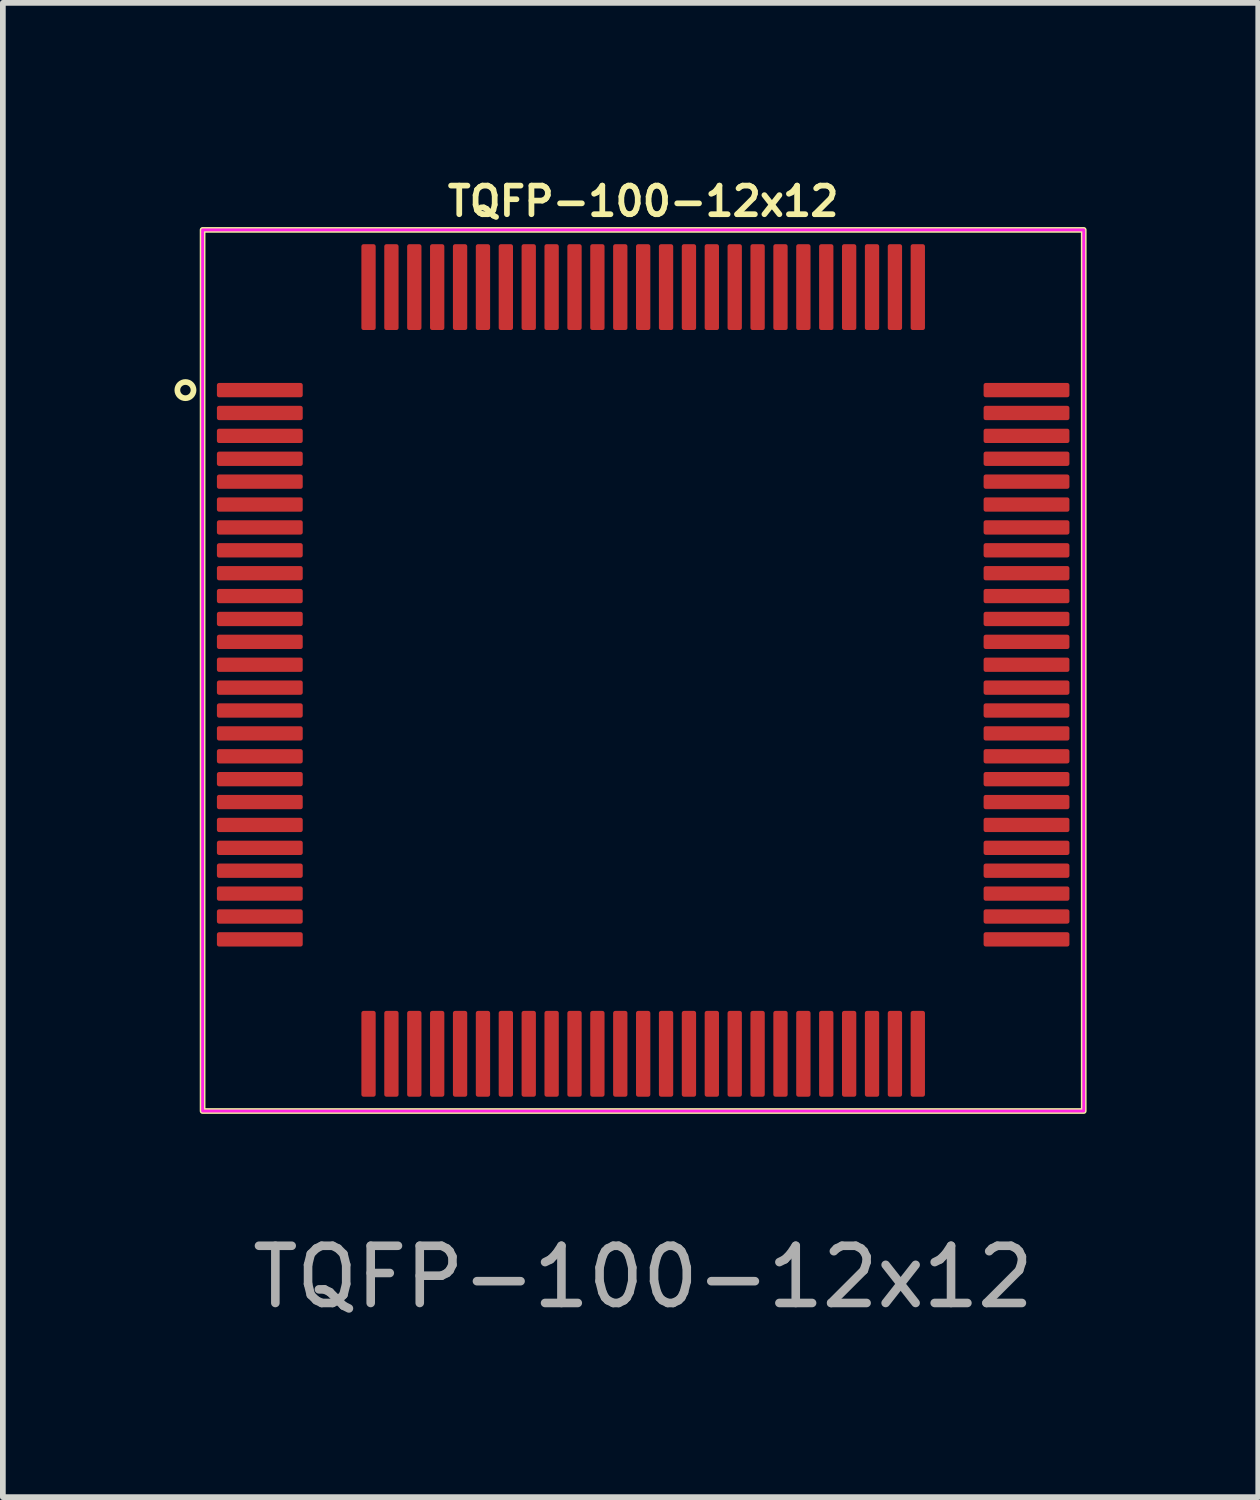
<source format=kicad_pcb>
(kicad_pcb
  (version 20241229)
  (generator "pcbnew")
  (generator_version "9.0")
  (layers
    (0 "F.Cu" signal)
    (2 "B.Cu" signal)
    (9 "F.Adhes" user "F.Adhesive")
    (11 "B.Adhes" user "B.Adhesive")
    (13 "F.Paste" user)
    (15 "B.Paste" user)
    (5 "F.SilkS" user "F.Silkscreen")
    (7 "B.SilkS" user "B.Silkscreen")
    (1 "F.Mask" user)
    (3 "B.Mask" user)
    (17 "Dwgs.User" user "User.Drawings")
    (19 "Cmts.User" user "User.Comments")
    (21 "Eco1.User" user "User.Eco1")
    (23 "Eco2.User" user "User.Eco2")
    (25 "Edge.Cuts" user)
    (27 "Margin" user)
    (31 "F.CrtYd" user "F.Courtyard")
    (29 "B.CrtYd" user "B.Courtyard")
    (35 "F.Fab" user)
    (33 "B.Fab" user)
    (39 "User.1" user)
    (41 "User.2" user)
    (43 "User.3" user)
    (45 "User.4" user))
  (footprint "TQFP-100-12x12"
    (layer "F.Cu")
    (at 8.191 8.568)
    (property "Reference" "TQFP-100-12x12" (at 0 -8.1 0) (unlocked yes) (layer "F.SilkS") (effects (font (size 0.5 0.5) (thickness 0.1))))
    (attr smd)
    (fp_rect (start -7.7 -7.6) (end 7.7 7.8) (stroke (width 0.1) (type default)) (fill no) (layer "F.SilkS"))
    (fp_circle (center -8 -4.8) (end -7.9 -4.7) (stroke (width 0.1) (type default)) (fill no) (layer "F.SilkS"))
    (fp_rect (start -7.7 -7.6) (end 7.7 7.8) (stroke (width 0.05) (type default)) (fill no) (layer "F.CrtYd"))
    (fp_text user "${REFERENCE}" (at 0 10.7 0) (unlocked yes) (layer "F.Fab") (effects (font (size 1 1) (thickness 0.15))))
    (pad "1" smd roundrect (at -6.7 -4.8 90) (size 0.25 1.5) (layers "F.Cu" "F.Mask" "F.Paste") (roundrect_rratio 0.15))
    (pad "2" smd roundrect (at -6.7 -4.4 90) (size 0.25 1.5) (layers "F.Cu" "F.Mask" "F.Paste") (roundrect_rratio 0.15))
    (pad "3" smd roundrect (at -6.7 -4 90) (size 0.25 1.5) (layers "F.Cu" "F.Mask" "F.Paste") (roundrect_rratio 0.15))
    (pad "4" smd roundrect (at -6.7 -3.6 90) (size 0.25 1.5) (layers "F.Cu" "F.Mask" "F.Paste") (roundrect_rratio 0.15))
    (pad "5" smd roundrect (at -6.7 -3.2 90) (size 0.25 1.5) (layers "F.Cu" "F.Mask" "F.Paste") (roundrect_rratio 0.15))
    (pad "6" smd roundrect (at -6.7 -2.8 90) (size 0.25 1.5) (layers "F.Cu" "F.Mask" "F.Paste") (roundrect_rratio 0.15))
    (pad "7" smd roundrect (at -6.7 -2.4 90) (size 0.25 1.5) (layers "F.Cu" "F.Mask" "F.Paste") (roundrect_rratio 0.15))
    (pad "8" smd roundrect (at -6.7 -2 90) (size 0.25 1.5) (layers "F.Cu" "F.Mask" "F.Paste") (roundrect_rratio 0.15))
    (pad "9" smd roundrect (at -6.7 -1.6 90) (size 0.25 1.5) (layers "F.Cu" "F.Mask" "F.Paste") (roundrect_rratio 0.15))
    (pad "10" smd roundrect (at -6.7 -1.2 90) (size 0.25 1.5) (layers "F.Cu" "F.Mask" "F.Paste") (roundrect_rratio 0.15))
    (pad "11" smd roundrect (at -6.7 -0.8 90) (size 0.25 1.5) (layers "F.Cu" "F.Mask" "F.Paste") (roundrect_rratio 0.15))
    (pad "12" smd roundrect (at -6.7 -0.4 90) (size 0.25 1.5) (layers "F.Cu" "F.Mask" "F.Paste") (roundrect_rratio 0.15))
    (pad "13" smd roundrect (at -6.7 0 90) (size 0.25 1.5) (layers "F.Cu" "F.Mask" "F.Paste") (roundrect_rratio 0.15))
    (pad "14" smd roundrect (at -6.7 0.4 90) (size 0.25 1.5) (layers "F.Cu" "F.Mask" "F.Paste") (roundrect_rratio 0.15))
    (pad "15" smd roundrect (at -6.7 0.8 90) (size 0.25 1.5) (layers "F.Cu" "F.Mask" "F.Paste") (roundrect_rratio 0.15))
    (pad "16" smd roundrect (at -6.7 1.2 90) (size 0.25 1.5) (layers "F.Cu" "F.Mask" "F.Paste") (roundrect_rratio 0.15))
    (pad "17" smd roundrect (at -6.7 1.6 90) (size 0.25 1.5) (layers "F.Cu" "F.Mask" "F.Paste") (roundrect_rratio 0.15))
    (pad "18" smd roundrect (at -6.7 2 90) (size 0.25 1.5) (layers "F.Cu" "F.Mask" "F.Paste") (roundrect_rratio 0.15))
    (pad "19" smd roundrect (at -6.7 2.4 90) (size 0.25 1.5) (layers "F.Cu" "F.Mask" "F.Paste") (roundrect_rratio 0.15))
    (pad "20" smd roundrect (at -6.7 2.8 90) (size 0.25 1.5) (layers "F.Cu" "F.Mask" "F.Paste") (roundrect_rratio 0.15))
    (pad "21" smd roundrect (at -6.7 3.2 90) (size 0.25 1.5) (layers "F.Cu" "F.Mask" "F.Paste") (roundrect_rratio 0.15))
    (pad "22" smd roundrect (at -6.7 3.6 90) (size 0.25 1.5) (layers "F.Cu" "F.Mask" "F.Paste") (roundrect_rratio 0.15))
    (pad "23" smd roundrect (at -6.7 4 90) (size 0.25 1.5) (layers "F.Cu" "F.Mask" "F.Paste") (roundrect_rratio 0.15))
    (pad "24" smd roundrect (at -6.7 4.4 90) (size 0.25 1.5) (layers "F.Cu" "F.Mask" "F.Paste") (roundrect_rratio 0.15))
    (pad "25" smd roundrect (at -6.7 4.8 90) (size 0.25 1.5) (layers "F.Cu" "F.Mask" "F.Paste") (roundrect_rratio 0.15))
    (pad "26" smd roundrect (at -4.8 6.8 180) (size 0.25 1.5) (layers "F.Cu" "F.Mask" "F.Paste") (roundrect_rratio 0.15))
    (pad "27" smd roundrect (at -4.4 6.8 180) (size 0.25 1.5) (layers "F.Cu" "F.Mask" "F.Paste") (roundrect_rratio 0.15))
    (pad "28" smd roundrect (at -4 6.8 180) (size 0.25 1.5) (layers "F.Cu" "F.Mask" "F.Paste") (roundrect_rratio 0.15))
    (pad "29" smd roundrect (at -3.6 6.8 180) (size 0.25 1.5) (layers "F.Cu" "F.Mask" "F.Paste") (roundrect_rratio 0.15))
    (pad "30" smd roundrect (at -3.2 6.8 180) (size 0.25 1.5) (layers "F.Cu" "F.Mask" "F.Paste") (roundrect_rratio 0.15))
    (pad "31" smd roundrect (at -2.8 6.8 180) (size 0.25 1.5) (layers "F.Cu" "F.Mask" "F.Paste") (roundrect_rratio 0.15))
    (pad "32" smd roundrect (at -2.4 6.8 180) (size 0.25 1.5) (layers "F.Cu" "F.Mask" "F.Paste") (roundrect_rratio 0.15))
    (pad "33" smd roundrect (at -2 6.8 180) (size 0.25 1.5) (layers "F.Cu" "F.Mask" "F.Paste") (roundrect_rratio 0.15))
    (pad "34" smd roundrect (at -1.6 6.8 180) (size 0.25 1.5) (layers "F.Cu" "F.Mask" "F.Paste") (roundrect_rratio 0.15))
    (pad "35" smd roundrect (at -1.2 6.8 180) (size 0.25 1.5) (layers "F.Cu" "F.Mask" "F.Paste") (roundrect_rratio 0.15))
    (pad "36" smd roundrect (at -0.8 6.8 180) (size 0.25 1.5) (layers "F.Cu" "F.Mask" "F.Paste") (roundrect_rratio 0.15))
    (pad "37" smd roundrect (at -0.4 6.8 180) (size 0.25 1.5) (layers "F.Cu" "F.Mask" "F.Paste") (roundrect_rratio 0.15))
    (pad "38" smd roundrect (at 0 6.8 180) (size 0.25 1.5) (layers "F.Cu" "F.Mask" "F.Paste") (roundrect_rratio 0.15))
    (pad "39" smd roundrect (at 0.4 6.8 180) (size 0.25 1.5) (layers "F.Cu" "F.Mask" "F.Paste") (roundrect_rratio 0.15))
    (pad "40" smd roundrect (at 0.8 6.8 180) (size 0.25 1.5) (layers "F.Cu" "F.Mask" "F.Paste") (roundrect_rratio 0.15))
    (pad "41" smd roundrect (at 1.2 6.8 180) (size 0.25 1.5) (layers "F.Cu" "F.Mask" "F.Paste") (roundrect_rratio 0.15))
    (pad "42" smd roundrect (at 1.6 6.8 180) (size 0.25 1.5) (layers "F.Cu" "F.Mask" "F.Paste") (roundrect_rratio 0.15))
    (pad "43" smd roundrect (at 2 6.8 180) (size 0.25 1.5) (layers "F.Cu" "F.Mask" "F.Paste") (roundrect_rratio 0.15))
    (pad "44" smd roundrect (at 2.4 6.8 180) (size 0.25 1.5) (layers "F.Cu" "F.Mask" "F.Paste") (roundrect_rratio 0.15))
    (pad "45" smd roundrect (at 2.8 6.8 180) (size 0.25 1.5) (layers "F.Cu" "F.Mask" "F.Paste") (roundrect_rratio 0.15))
    (pad "46" smd roundrect (at 3.2 6.8 180) (size 0.25 1.5) (layers "F.Cu" "F.Mask" "F.Paste") (roundrect_rratio 0.15))
    (pad "47" smd roundrect (at 3.6 6.8 180) (size 0.25 1.5) (layers "F.Cu" "F.Mask" "F.Paste") (roundrect_rratio 0.15))
    (pad "48" smd roundrect (at 4 6.8 180) (size 0.25 1.5) (layers "F.Cu" "F.Mask" "F.Paste") (roundrect_rratio 0.15))
    (pad "49" smd roundrect (at 4.4 6.8 180) (size 0.25 1.5) (layers "F.Cu" "F.Mask" "F.Paste") (roundrect_rratio 0.15))
    (pad "50" smd roundrect (at 4.8 6.8 180) (size 0.25 1.5) (layers "F.Cu" "F.Mask" "F.Paste") (roundrect_rratio 0.15))
    (pad "51" smd roundrect (at 6.7 4.8 270) (size 0.25 1.5) (layers "F.Cu" "F.Mask" "F.Paste") (roundrect_rratio 0.15))
    (pad "52" smd roundrect (at 6.7 4.4 270) (size 0.25 1.5) (layers "F.Cu" "F.Mask" "F.Paste") (roundrect_rratio 0.15))
    (pad "53" smd roundrect (at 6.7 4 270) (size 0.25 1.5) (layers "F.Cu" "F.Mask" "F.Paste") (roundrect_rratio 0.15))
    (pad "54" smd roundrect (at 6.7 3.6 270) (size 0.25 1.5) (layers "F.Cu" "F.Mask" "F.Paste") (roundrect_rratio 0.15))
    (pad "55" smd roundrect (at 6.7 3.2 270) (size 0.25 1.5) (layers "F.Cu" "F.Mask" "F.Paste") (roundrect_rratio 0.15))
    (pad "56" smd roundrect (at 6.7 2.8 270) (size 0.25 1.5) (layers "F.Cu" "F.Mask" "F.Paste") (roundrect_rratio 0.15))
    (pad "57" smd roundrect (at 6.7 2.4 270) (size 0.25 1.5) (layers "F.Cu" "F.Mask" "F.Paste") (roundrect_rratio 0.15))
    (pad "58" smd roundrect (at 6.7 2 270) (size 0.25 1.5) (layers "F.Cu" "F.Mask" "F.Paste") (roundrect_rratio 0.15))
    (pad "59" smd roundrect (at 6.7 1.6 270) (size 0.25 1.5) (layers "F.Cu" "F.Mask" "F.Paste") (roundrect_rratio 0.15))
    (pad "60" smd roundrect (at 6.7 1.2 270) (size 0.25 1.5) (layers "F.Cu" "F.Mask" "F.Paste") (roundrect_rratio 0.15))
    (pad "61" smd roundrect (at 6.7 0.8 270) (size 0.25 1.5) (layers "F.Cu" "F.Mask" "F.Paste") (roundrect_rratio 0.15))
    (pad "62" smd roundrect (at 6.7 0.4 270) (size 0.25 1.5) (layers "F.Cu" "F.Mask" "F.Paste") (roundrect_rratio 0.15))
    (pad "63" smd roundrect (at 6.7 0 270) (size 0.25 1.5) (layers "F.Cu" "F.Mask" "F.Paste") (roundrect_rratio 0.15))
    (pad "64" smd roundrect (at 6.7 -0.4 270) (size 0.25 1.5) (layers "F.Cu" "F.Mask" "F.Paste") (roundrect_rratio 0.15))
    (pad "65" smd roundrect (at 6.7 -0.8 270) (size 0.25 1.5) (layers "F.Cu" "F.Mask" "F.Paste") (roundrect_rratio 0.15))
    (pad "66" smd roundrect (at 6.7 -1.2 270) (size 0.25 1.5) (layers "F.Cu" "F.Mask" "F.Paste") (roundrect_rratio 0.15))
    (pad "67" smd roundrect (at 6.7 -1.6 270) (size 0.25 1.5) (layers "F.Cu" "F.Mask" "F.Paste") (roundrect_rratio 0.15))
    (pad "68" smd roundrect (at 6.7 -2 270) (size 0.25 1.5) (layers "F.Cu" "F.Mask" "F.Paste") (roundrect_rratio 0.15))
    (pad "69" smd roundrect (at 6.7 -2.4 270) (size 0.25 1.5) (layers "F.Cu" "F.Mask" "F.Paste") (roundrect_rratio 0.15))
    (pad "70" smd roundrect (at 6.7 -2.8 270) (size 0.25 1.5) (layers "F.Cu" "F.Mask" "F.Paste") (roundrect_rratio 0.15))
    (pad "71" smd roundrect (at 6.7 -3.2 270) (size 0.25 1.5) (layers "F.Cu" "F.Mask" "F.Paste") (roundrect_rratio 0.15))
    (pad "72" smd roundrect (at 6.7 -3.6 270) (size 0.25 1.5) (layers "F.Cu" "F.Mask" "F.Paste") (roundrect_rratio 0.15))
    (pad "73" smd roundrect (at 6.7 -4 270) (size 0.25 1.5) (layers "F.Cu" "F.Mask" "F.Paste") (roundrect_rratio 0.15))
    (pad "74" smd roundrect (at 6.7 -4.4 270) (size 0.25 1.5) (layers "F.Cu" "F.Mask" "F.Paste") (roundrect_rratio 0.15))
    (pad "75" smd roundrect (at 6.7 -4.8 270) (size 0.25 1.5) (layers "F.Cu" "F.Mask" "F.Paste") (roundrect_rratio 0.15))
    (pad "76" smd roundrect (at 4.8 -6.6) (size 0.25 1.5) (layers "F.Cu" "F.Mask" "F.Paste") (roundrect_rratio 0.15))
    (pad "77" smd roundrect (at 4.4 -6.6) (size 0.25 1.5) (layers "F.Cu" "F.Mask" "F.Paste") (roundrect_rratio 0.15))
    (pad "78" smd roundrect (at 4 -6.6) (size 0.25 1.5) (layers "F.Cu" "F.Mask" "F.Paste") (roundrect_rratio 0.15))
    (pad "79" smd roundrect (at 3.6 -6.6) (size 0.25 1.5) (layers "F.Cu" "F.Mask" "F.Paste") (roundrect_rratio 0.15))
    (pad "80" smd roundrect (at 3.2 -6.6) (size 0.25 1.5) (layers "F.Cu" "F.Mask" "F.Paste") (roundrect_rratio 0.15))
    (pad "81" smd roundrect (at 2.8 -6.6) (size 0.25 1.5) (layers "F.Cu" "F.Mask" "F.Paste") (roundrect_rratio 0.15))
    (pad "82" smd roundrect (at 2.4 -6.6) (size 0.25 1.5) (layers "F.Cu" "F.Mask" "F.Paste") (roundrect_rratio 0.15))
    (pad "83" smd roundrect (at 2 -6.6) (size 0.25 1.5) (layers "F.Cu" "F.Mask" "F.Paste") (roundrect_rratio 0.15))
    (pad "84" smd roundrect (at 1.6 -6.6) (size 0.25 1.5) (layers "F.Cu" "F.Mask" "F.Paste") (roundrect_rratio 0.15))
    (pad "85" smd roundrect (at 1.2 -6.6) (size 0.25 1.5) (layers "F.Cu" "F.Mask" "F.Paste") (roundrect_rratio 0.15))
    (pad "86" smd roundrect (at 0.8 -6.6) (size 0.25 1.5) (layers "F.Cu" "F.Mask" "F.Paste") (roundrect_rratio 0.15))
    (pad "87" smd roundrect (at 0.4 -6.6) (size 0.25 1.5) (layers "F.Cu" "F.Mask" "F.Paste") (roundrect_rratio 0.15))
    (pad "88" smd roundrect (at 0 -6.6) (size 0.25 1.5) (layers "F.Cu" "F.Mask" "F.Paste") (roundrect_rratio 0.15))
    (pad "89" smd roundrect (at -0.4 -6.6) (size 0.25 1.5) (layers "F.Cu" "F.Mask" "F.Paste") (roundrect_rratio 0.15))
    (pad "90" smd roundrect (at -0.8 -6.6) (size 0.25 1.5) (layers "F.Cu" "F.Mask" "F.Paste") (roundrect_rratio 0.15))
    (pad "91" smd roundrect (at -1.2 -6.6) (size 0.25 1.5) (layers "F.Cu" "F.Mask" "F.Paste") (roundrect_rratio 0.15))
    (pad "92" smd roundrect (at -1.6 -6.6) (size 0.25 1.5) (layers "F.Cu" "F.Mask" "F.Paste") (roundrect_rratio 0.15))
    (pad "93" smd roundrect (at -2 -6.6) (size 0.25 1.5) (layers "F.Cu" "F.Mask" "F.Paste") (roundrect_rratio 0.15))
    (pad "94" smd roundrect (at -2.4 -6.6) (size 0.25 1.5) (layers "F.Cu" "F.Mask" "F.Paste") (roundrect_rratio 0.15))
    (pad "95" smd roundrect (at -2.8 -6.6) (size 0.25 1.5) (layers "F.Cu" "F.Mask" "F.Paste") (roundrect_rratio 0.15))
    (pad "96" smd roundrect (at -3.2 -6.6) (size 0.25 1.5) (layers "F.Cu" "F.Mask" "F.Paste") (roundrect_rratio 0.15))
    (pad "97" smd roundrect (at -3.6 -6.6) (size 0.25 1.5) (layers "F.Cu" "F.Mask" "F.Paste") (roundrect_rratio 0.15))
    (pad "98" smd roundrect (at -4 -6.6) (size 0.25 1.5) (layers "F.Cu" "F.Mask" "F.Paste") (roundrect_rratio 0.15))
    (pad "99" smd roundrect (at -4.4 -6.6) (size 0.25 1.5) (layers "F.Cu" "F.Mask" "F.Paste") (roundrect_rratio 0.15))
    (pad "100" smd roundrect (at -4.8 -6.6) (size 0.25 1.5) (layers "F.Cu" "F.Mask" "F.Paste") (roundrect_rratio 0.15)))
  (gr_rect
    (start -3 -3)
    (end 18.941 23.116)
    (stroke (width 0.1) (type default))
    (fill no)
    (layer "Edge.Cuts")))
</source>
